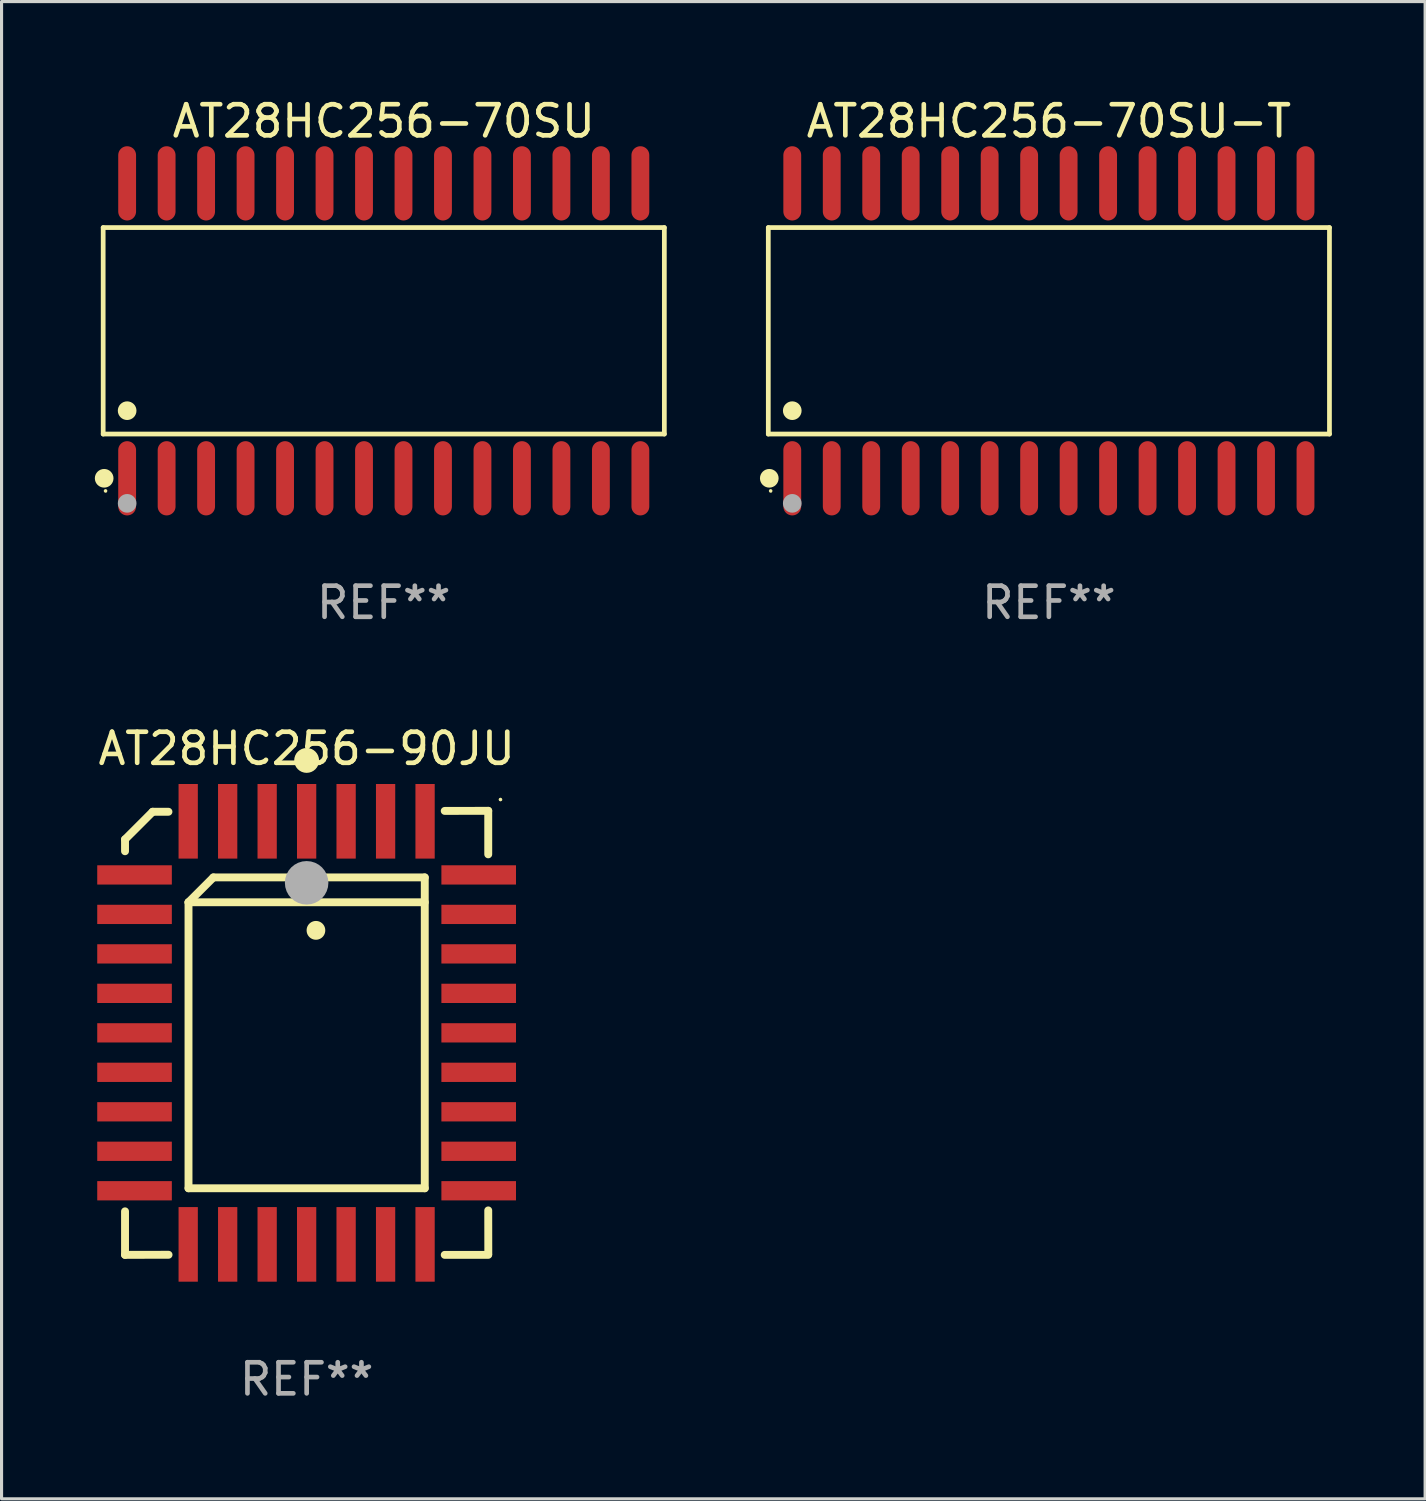
<source format=kicad_pcb>
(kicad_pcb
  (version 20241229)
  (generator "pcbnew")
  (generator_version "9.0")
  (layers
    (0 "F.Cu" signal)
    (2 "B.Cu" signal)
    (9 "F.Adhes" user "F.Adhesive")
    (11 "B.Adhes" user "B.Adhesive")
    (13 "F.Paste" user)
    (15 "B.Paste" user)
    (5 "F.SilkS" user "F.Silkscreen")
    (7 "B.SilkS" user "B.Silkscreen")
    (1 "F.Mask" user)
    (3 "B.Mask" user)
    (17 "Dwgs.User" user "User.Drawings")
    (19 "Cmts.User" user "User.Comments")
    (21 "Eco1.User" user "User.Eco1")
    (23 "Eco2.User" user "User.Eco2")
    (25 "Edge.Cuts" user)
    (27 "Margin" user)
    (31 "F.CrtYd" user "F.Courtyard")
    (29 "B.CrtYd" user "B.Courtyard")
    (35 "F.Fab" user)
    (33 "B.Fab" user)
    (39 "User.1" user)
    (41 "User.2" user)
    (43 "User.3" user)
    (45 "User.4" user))
  (footprint "AT28HC256-90JU"
    (layer "F.Cu")
    (at 6.815 30.175)
    (property "Reference" "AT28HC256-90JU" (at 0 -9.142 0) (layer "F.SilkS") (effects (font (size 1 1) (thickness 0.15))))
    (attr through_hole)
    (fp_line (start -5.843 5.742) (end -5.843 7.142) (stroke (width 0.254) (type solid)) (layer "F.SilkS"))
    (fp_line (start -5.843 7.142) (end -4.443 7.139) (stroke (width 0.254) (type solid)) (layer "F.SilkS"))
    (fp_line (start -5.843 -6.223) (end -4.954 -7.112) (stroke (width 0.254) (type solid)) (layer "F.SilkS"))
    (fp_line (start -5.843 -5.842) (end -5.843 -6.223) (stroke (width 0.254) (type solid)) (layer "F.SilkS"))
    (fp_line (start -4.954 -7.112) (end -4.446 -7.112) (stroke (width 0.254) (type solid)) (layer "F.SilkS"))
    (fp_line (start -3.801 -4.2) (end -3.001 -5) (stroke (width 0.254) (type solid)) (layer "F.SilkS"))
    (fp_line (start -3.801 -4.2) (end 3.799 -4.2) (stroke (width 0.254) (type solid)) (layer "F.SilkS"))
    (fp_line (start -3.801 5) (end -3.801 -4.2) (stroke (width 0.254) (type solid)) (layer "F.SilkS"))
    (fp_line (start -3.001 -5) (end 3.799 -5) (stroke (width 0.254) (type solid)) (layer "F.SilkS"))
    (fp_line (start 3.799 -5) (end 3.799 5) (stroke (width 0.254) (type solid)) (layer "F.SilkS"))
    (fp_line (start 3.799 5) (end -3.801 5) (stroke (width 0.254) (type solid)) (layer "F.SilkS"))
    (fp_line (start 4.441 7.142) (end 5.841 7.142) (stroke (width 0.254) (type solid)) (layer "F.SilkS"))
    (fp_line (start 5.841 -7.142) (end 4.441 -7.139) (stroke (width 0.254) (type solid)) (layer "F.SilkS"))
    (fp_line (start 5.841 -5.742) (end 5.841 -7.142) (stroke (width 0.254) (type solid)) (layer "F.SilkS"))
    (fp_line (start 5.843 7.112) (end 5.841 5.712) (stroke (width 0.254) (type solid)) (layer "F.SilkS"))
    (fp_arc (start 0.298285 -3.294387) (mid 0.298274 -3.296927) (end 0.298285 -3.299467) (stroke (width 0.6) (type solid)) (layer "F.SilkS"))
    (fp_circle (center -0.001 -8.763) (end 0.199 -8.763) (stroke (width 0.4) (type solid)) (fill no) (layer "F.SilkS"))
    (fp_circle (center 6.234 -7.505) (end 6.264 -7.505) (stroke (width 0.06) (type solid)) (fill no) (layer "F.SilkS"))
    (fp_circle (center -0.001 -4.826) (end 0.349 -4.826) (stroke (width 0.7) (type solid)) (fill no) (layer "F.Fab"))
    (fp_text user "REF**" (at 0 11.142 0) (layer "F.Fab") (effects (font (size 1 1) (thickness 0.15))))
    (pad "1" smd rect (at -0.001 -6.805 180) (size 0.62 2.4) (layers "F.Cu" "F.Mask" "F.Paste"))
    (pad "2" smd rect (at -1.271 -6.805 180) (size 0.62 2.4) (layers "F.Cu" "F.Mask" "F.Paste"))
    (pad "3" smd rect (at -2.541 -6.805 180) (size 0.62 2.4) (layers "F.Cu" "F.Mask" "F.Paste"))
    (pad "4" smd rect (at -3.811 -6.805 180) (size 0.62 2.4) (layers "F.Cu" "F.Mask" "F.Paste"))
    (pad "5" smd rect (at -5.537 -5.08 270) (size 0.62 2.4) (layers "F.Cu" "F.Mask" "F.Paste"))
    (pad "6" smd rect (at -5.537 -3.81 270) (size 0.62 2.4) (layers "F.Cu" "F.Mask" "F.Paste"))
    (pad "7" smd rect (at -5.537 -2.54 270) (size 0.62 2.4) (layers "F.Cu" "F.Mask" "F.Paste"))
    (pad "8" smd rect (at -5.537 -1.27 270) (size 0.62 2.4) (layers "F.Cu" "F.Mask" "F.Paste"))
    (pad "9" smd rect (at -5.537 0.000127 270) (size 0.62 2.4) (layers "F.Cu" "F.Mask" "F.Paste"))
    (pad "10" smd rect (at -5.537 1.27 270) (size 0.62 2.4) (layers "F.Cu" "F.Mask" "F.Paste"))
    (pad "11" smd rect (at -5.537 2.54 270) (size 0.62 2.4) (layers "F.Cu" "F.Mask" "F.Paste"))
    (pad "12" smd rect (at -5.537 3.81 270) (size 0.62 2.4) (layers "F.Cu" "F.Mask" "F.Paste"))
    (pad "13" smd rect (at -5.537 5.08 270) (size 0.62 2.4) (layers "F.Cu" "F.Mask" "F.Paste"))
    (pad "14" smd rect (at -3.811 6.805) (size 0.62 2.4) (layers "F.Cu" "F.Mask" "F.Paste"))
    (pad "15" smd rect (at -2.541 6.805) (size 0.62 2.4) (layers "F.Cu" "F.Mask" "F.Paste"))
    (pad "16" smd rect (at -1.271 6.805) (size 0.62 2.4) (layers "F.Cu" "F.Mask" "F.Paste"))
    (pad "17" smd rect (at -0.001 6.805) (size 0.62 2.4) (layers "F.Cu" "F.Mask" "F.Paste"))
    (pad "18" smd rect (at 1.269 6.805) (size 0.62 2.4) (layers "F.Cu" "F.Mask" "F.Paste"))
    (pad "19" smd rect (at 2.539 6.805) (size 0.62 2.4) (layers "F.Cu" "F.Mask" "F.Paste"))
    (pad "20" smd rect (at 3.809 6.805) (size 0.62 2.4) (layers "F.Cu" "F.Mask" "F.Paste"))
    (pad "21" smd rect (at 5.534 5.08 90) (size 0.62 2.4) (layers "F.Cu" "F.Mask" "F.Paste"))
    (pad "22" smd rect (at 5.534 3.81 90) (size 0.62 2.4) (layers "F.Cu" "F.Mask" "F.Paste"))
    (pad "23" smd rect (at 5.534 2.54 90) (size 0.62 2.4) (layers "F.Cu" "F.Mask" "F.Paste"))
    (pad "24" smd rect (at 5.534 1.27 90) (size 0.62 2.4) (layers "F.Cu" "F.Mask" "F.Paste"))
    (pad "25" smd rect (at 5.534 0.000127 90) (size 0.62 2.4) (layers "F.Cu" "F.Mask" "F.Paste"))
    (pad "26" smd rect (at 5.534 -1.27 90) (size 0.62 2.4) (layers "F.Cu" "F.Mask" "F.Paste"))
    (pad "27" smd rect (at 5.534 -2.54 90) (size 0.62 2.4) (layers "F.Cu" "F.Mask" "F.Paste"))
    (pad "28" smd rect (at 5.534 -3.81 90) (size 0.62 2.4) (layers "F.Cu" "F.Mask" "F.Paste"))
    (pad "29" smd rect (at 5.534 -5.08 90) (size 0.62 2.4) (layers "F.Cu" "F.Mask" "F.Paste"))
    (pad "30" smd rect (at 3.809 -6.805) (size 0.62 2.4) (layers "F.Cu" "F.Mask" "F.Paste"))
    (pad "31" smd rect (at 2.539 -6.805) (size 0.62 2.4) (layers "F.Cu" "F.Mask" "F.Paste"))
    (pad "32" smd rect (at 1.269 -6.805) (size 0.62 2.4) (layers "F.Cu" "F.Mask" "F.Paste")))
  (footprint "AT28HC256-70SU-T"
    (layer "F.Cu")
    (at 30.691 7.592)
    (property "Reference" "AT28HC256-70SU-T" (at 0 -6.744 0) (layer "F.SilkS") (effects (font (size 1 1) (thickness 0.15))))
    (attr through_hole)
    (fp_line (start -9.026 -3.321) (end 9.026 -3.321) (stroke (width 0.152) (type solid)) (layer "F.SilkS"))
    (fp_line (start -9.026 3.321) (end -9.026 -3.321) (stroke (width 0.152) (type solid)) (layer "F.SilkS"))
    (fp_line (start 9.026 -3.321) (end 9.026 3.321) (stroke (width 0.152) (type solid)) (layer "F.SilkS"))
    (fp_line (start 9.026 3.321) (end -9.026 3.321) (stroke (width 0.152) (type solid)) (layer "F.SilkS"))
    (fp_circle (center -8.994 4.744) (end -8.844 4.744) (stroke (width 0.3) (type solid)) (fill no) (layer "F.SilkS"))
    (fp_circle (center -8.95 5.15) (end -8.92 5.15) (stroke (width 0.06) (type solid)) (fill no) (layer "F.SilkS"))
    (fp_circle (center -8.255 2.569) (end -8.105 2.569) (stroke (width 0.3) (type solid)) (fill no) (layer "F.SilkS"))
    (fp_circle (center -8.255 5.55) (end -8.105 5.55) (stroke (width 0.3) (type solid)) (fill no) (layer "F.Fab"))
    (fp_text user "REF**" (at 0 8.744 0) (layer "F.Fab") (effects (font (size 1 1) (thickness 0.15))))
    (pad "1" smd oval (at -8.255 4.744) (size 0.574 2.388) (layers "F.Cu" "F.Mask" "F.Paste"))
    (pad "2" smd oval (at -6.985 4.744) (size 0.574 2.388) (layers "F.Cu" "F.Mask" "F.Paste"))
    (pad "3" smd oval (at -5.715 4.744) (size 0.574 2.388) (layers "F.Cu" "F.Mask" "F.Paste"))
    (pad "4" smd oval (at -4.445 4.744) (size 0.574 2.388) (layers "F.Cu" "F.Mask" "F.Paste"))
    (pad "5" smd oval (at -3.175 4.744) (size 0.574 2.388) (layers "F.Cu" "F.Mask" "F.Paste"))
    (pad "6" smd oval (at -1.905 4.744) (size 0.574 2.388) (layers "F.Cu" "F.Mask" "F.Paste"))
    (pad "7" smd oval (at -0.635 4.744) (size 0.574 2.388) (layers "F.Cu" "F.Mask" "F.Paste"))
    (pad "8" smd oval (at 0.635 4.744) (size 0.574 2.388) (layers "F.Cu" "F.Mask" "F.Paste"))
    (pad "9" smd oval (at 1.905 4.744) (size 0.574 2.388) (layers "F.Cu" "F.Mask" "F.Paste"))
    (pad "10" smd oval (at 3.175 4.744) (size 0.574 2.388) (layers "F.Cu" "F.Mask" "F.Paste"))
    (pad "11" smd oval (at 4.445 4.744) (size 0.574 2.388) (layers "F.Cu" "F.Mask" "F.Paste"))
    (pad "12" smd oval (at 5.715 4.744) (size 0.574 2.388) (layers "F.Cu" "F.Mask" "F.Paste"))
    (pad "13" smd oval (at 6.985 4.744) (size 0.574 2.388) (layers "F.Cu" "F.Mask" "F.Paste"))
    (pad "14" smd oval (at 8.255 4.744) (size 0.574 2.388) (layers "F.Cu" "F.Mask" "F.Paste"))
    (pad "15" smd oval (at 8.255 -4.744) (size 0.574 2.388) (layers "F.Cu" "F.Mask" "F.Paste"))
    (pad "16" smd oval (at 6.985 -4.744) (size 0.574 2.388) (layers "F.Cu" "F.Mask" "F.Paste"))
    (pad "17" smd oval (at 5.715 -4.744) (size 0.574 2.388) (layers "F.Cu" "F.Mask" "F.Paste"))
    (pad "18" smd oval (at 4.445 -4.744) (size 0.574 2.388) (layers "F.Cu" "F.Mask" "F.Paste"))
    (pad "19" smd oval (at 3.175 -4.744) (size 0.574 2.388) (layers "F.Cu" "F.Mask" "F.Paste"))
    (pad "20" smd oval (at 1.905 -4.744) (size 0.574 2.388) (layers "F.Cu" "F.Mask" "F.Paste"))
    (pad "21" smd oval (at 0.635 -4.744) (size 0.574 2.388) (layers "F.Cu" "F.Mask" "F.Paste"))
    (pad "22" smd oval (at -0.635 -4.744) (size 0.574 2.388) (layers "F.Cu" "F.Mask" "F.Paste"))
    (pad "23" smd oval (at -1.905 -4.744) (size 0.574 2.388) (layers "F.Cu" "F.Mask" "F.Paste"))
    (pad "24" smd oval (at -3.175 -4.744) (size 0.574 2.388) (layers "F.Cu" "F.Mask" "F.Paste"))
    (pad "25" smd oval (at -4.445 -4.744) (size 0.574 2.388) (layers "F.Cu" "F.Mask" "F.Paste"))
    (pad "26" smd oval (at -5.715 -4.744) (size 0.574 2.388) (layers "F.Cu" "F.Mask" "F.Paste"))
    (pad "27" smd oval (at -6.985 -4.744) (size 0.574 2.388) (layers "F.Cu" "F.Mask" "F.Paste"))
    (pad "28" smd oval (at -8.255 -4.744) (size 0.574 2.388) (layers "F.Cu" "F.Mask" "F.Paste")))
  (footprint "AT28HC256-70SU"
    (layer "F.Cu")
    (at 9.295 7.592)
    (property "Reference" "AT28HC256-70SU" (at 0 -6.744 0) (layer "F.SilkS") (effects (font (size 1 1) (thickness 0.15))))
    (attr through_hole)
    (fp_line (start -9.026 -3.321) (end 9.026 -3.321) (stroke (width 0.152) (type solid)) (layer "F.SilkS"))
    (fp_line (start -9.026 3.321) (end -9.026 -3.321) (stroke (width 0.152) (type solid)) (layer "F.SilkS"))
    (fp_line (start 9.026 -3.321) (end 9.026 3.321) (stroke (width 0.152) (type solid)) (layer "F.SilkS"))
    (fp_line (start 9.026 3.321) (end -9.026 3.321) (stroke (width 0.152) (type solid)) (layer "F.SilkS"))
    (fp_circle (center -8.994 4.744) (end -8.844 4.744) (stroke (width 0.3) (type solid)) (fill no) (layer "F.SilkS"))
    (fp_circle (center -8.95 5.15) (end -8.92 5.15) (stroke (width 0.06) (type solid)) (fill no) (layer "F.SilkS"))
    (fp_circle (center -8.255 2.569) (end -8.105 2.569) (stroke (width 0.3) (type solid)) (fill no) (layer "F.SilkS"))
    (fp_circle (center -8.255 5.55) (end -8.105 5.55) (stroke (width 0.3) (type solid)) (fill no) (layer "F.Fab"))
    (fp_text user "REF**" (at 0 8.744 0) (layer "F.Fab") (effects (font (size 1 1) (thickness 0.15))))
    (pad "1" smd oval (at -8.255 4.744) (size 0.574 2.388) (layers "F.Cu" "F.Mask" "F.Paste"))
    (pad "2" smd oval (at -6.985 4.744) (size 0.574 2.388) (layers "F.Cu" "F.Mask" "F.Paste"))
    (pad "3" smd oval (at -5.715 4.744) (size 0.574 2.388) (layers "F.Cu" "F.Mask" "F.Paste"))
    (pad "4" smd oval (at -4.445 4.744) (size 0.574 2.388) (layers "F.Cu" "F.Mask" "F.Paste"))
    (pad "5" smd oval (at -3.175 4.744) (size 0.574 2.388) (layers "F.Cu" "F.Mask" "F.Paste"))
    (pad "6" smd oval (at -1.905 4.744) (size 0.574 2.388) (layers "F.Cu" "F.Mask" "F.Paste"))
    (pad "7" smd oval (at -0.635 4.744) (size 0.574 2.388) (layers "F.Cu" "F.Mask" "F.Paste"))
    (pad "8" smd oval (at 0.635 4.744) (size 0.574 2.388) (layers "F.Cu" "F.Mask" "F.Paste"))
    (pad "9" smd oval (at 1.905 4.744) (size 0.574 2.388) (layers "F.Cu" "F.Mask" "F.Paste"))
    (pad "10" smd oval (at 3.175 4.744) (size 0.574 2.388) (layers "F.Cu" "F.Mask" "F.Paste"))
    (pad "11" smd oval (at 4.445 4.744) (size 0.574 2.388) (layers "F.Cu" "F.Mask" "F.Paste"))
    (pad "12" smd oval (at 5.715 4.744) (size 0.574 2.388) (layers "F.Cu" "F.Mask" "F.Paste"))
    (pad "13" smd oval (at 6.985 4.744) (size 0.574 2.388) (layers "F.Cu" "F.Mask" "F.Paste"))
    (pad "14" smd oval (at 8.255 4.744) (size 0.574 2.388) (layers "F.Cu" "F.Mask" "F.Paste"))
    (pad "15" smd oval (at 8.255 -4.744) (size 0.574 2.388) (layers "F.Cu" "F.Mask" "F.Paste"))
    (pad "16" smd oval (at 6.985 -4.744) (size 0.574 2.388) (layers "F.Cu" "F.Mask" "F.Paste"))
    (pad "17" smd oval (at 5.715 -4.744) (size 0.574 2.388) (layers "F.Cu" "F.Mask" "F.Paste"))
    (pad "18" smd oval (at 4.445 -4.744) (size 0.574 2.388) (layers "F.Cu" "F.Mask" "F.Paste"))
    (pad "19" smd oval (at 3.175 -4.744) (size 0.574 2.388) (layers "F.Cu" "F.Mask" "F.Paste"))
    (pad "20" smd oval (at 1.905 -4.744) (size 0.574 2.388) (layers "F.Cu" "F.Mask" "F.Paste"))
    (pad "21" smd oval (at 0.635 -4.744) (size 0.574 2.388) (layers "F.Cu" "F.Mask" "F.Paste"))
    (pad "22" smd oval (at -0.635 -4.744) (size 0.574 2.388) (layers "F.Cu" "F.Mask" "F.Paste"))
    (pad "23" smd oval (at -1.905 -4.744) (size 0.574 2.388) (layers "F.Cu" "F.Mask" "F.Paste"))
    (pad "24" smd oval (at -3.175 -4.744) (size 0.574 2.388) (layers "F.Cu" "F.Mask" "F.Paste"))
    (pad "25" smd oval (at -4.445 -4.744) (size 0.574 2.388) (layers "F.Cu" "F.Mask" "F.Paste"))
    (pad "26" smd oval (at -5.715 -4.744) (size 0.574 2.388) (layers "F.Cu" "F.Mask" "F.Paste"))
    (pad "27" smd oval (at -6.985 -4.744) (size 0.574 2.388) (layers "F.Cu" "F.Mask" "F.Paste"))
    (pad "28" smd oval (at -8.255 -4.744) (size 0.574 2.388) (layers "F.Cu" "F.Mask" "F.Paste")))
  (gr_rect
    (start -3 -3)
    (end 42.794 45.165)
    (stroke (width 0.1) (type default))
    (fill no)
    (layer "Edge.Cuts")))
</source>
